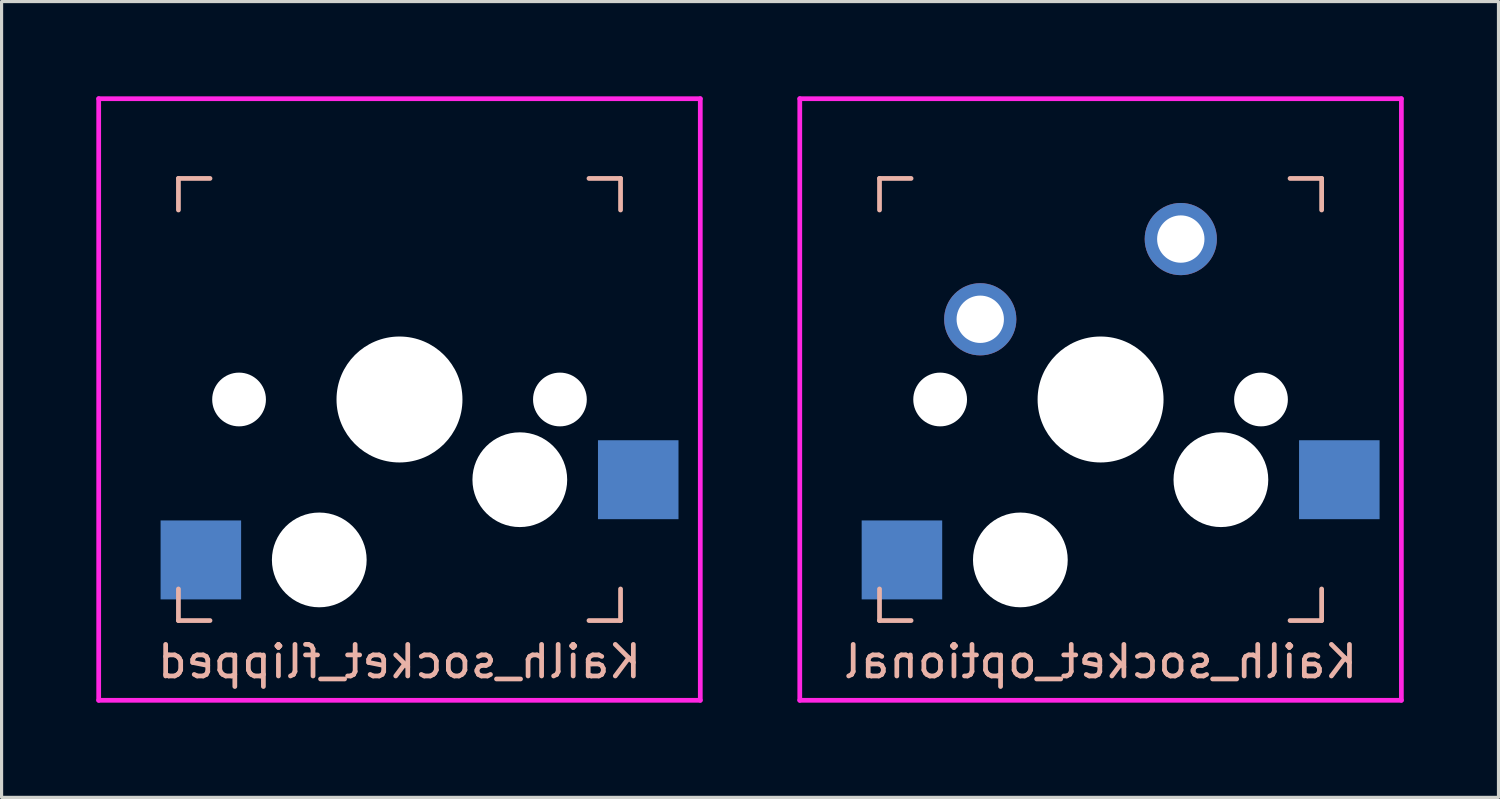
<source format=kicad_pcb>
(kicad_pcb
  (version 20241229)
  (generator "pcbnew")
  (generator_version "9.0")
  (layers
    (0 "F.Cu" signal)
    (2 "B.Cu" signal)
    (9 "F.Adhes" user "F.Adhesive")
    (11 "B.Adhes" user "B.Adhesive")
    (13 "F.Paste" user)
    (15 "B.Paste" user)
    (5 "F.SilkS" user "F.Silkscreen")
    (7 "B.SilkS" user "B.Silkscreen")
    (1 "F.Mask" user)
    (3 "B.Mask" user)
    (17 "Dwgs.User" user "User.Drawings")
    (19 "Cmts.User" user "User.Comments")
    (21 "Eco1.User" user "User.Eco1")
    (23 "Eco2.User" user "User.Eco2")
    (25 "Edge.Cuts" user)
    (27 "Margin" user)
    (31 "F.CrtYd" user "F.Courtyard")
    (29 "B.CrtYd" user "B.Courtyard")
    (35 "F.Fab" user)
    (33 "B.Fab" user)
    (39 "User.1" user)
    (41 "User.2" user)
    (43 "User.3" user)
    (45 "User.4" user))
  (footprint "Kailh_socket_optional"
    (layer "F.Cu")
    (at 31.8 9.6)
    (property "Reference" "Kailh_socket_optional" (at 0 8.3 0) (layer "B.SilkS") (effects (font (size 1 1) (thickness 0.15)) (justify mirror)))
    (attr through_hole)
    (fp_line (start -7 -7) (end -6 -7) (stroke (width 0.15) (type solid)) (layer "B.SilkS"))
    (fp_line (start -7 -6) (end -7 -7) (stroke (width 0.15) (type solid)) (layer "B.SilkS"))
    (fp_line (start -7 7) (end -7 6) (stroke (width 0.15) (type solid)) (layer "B.SilkS"))
    (fp_line (start -6 7) (end -7 7) (stroke (width 0.15) (type solid)) (layer "B.SilkS"))
    (fp_line (start 6 -7) (end 7 -7) (stroke (width 0.15) (type solid)) (layer "B.SilkS"))
    (fp_line (start 7 -7) (end 7 -6) (stroke (width 0.15) (type solid)) (layer "B.SilkS"))
    (fp_line (start 7 6) (end 7 7) (stroke (width 0.15) (type solid)) (layer "B.SilkS"))
    (fp_line (start 7 7) (end 6 7) (stroke (width 0.15) (type solid)) (layer "B.SilkS"))
    (fp_line (start -7.5 -7.5) (end 7.5 -7.5) (stroke (width 0.15) (type solid)) (layer "Eco2.User"))
    (fp_line (start -7.5 7.5) (end -7.5 -7.5) (stroke (width 0.15) (type solid)) (layer "Eco2.User"))
    (fp_line (start -6.9 6.9) (end -6.9 -6.9) (stroke (width 0.15) (type solid)) (layer "Eco2.User"))
    (fp_line (start -6.9 6.9) (end 6.9 6.9) (stroke (width 0.15) (type solid)) (layer "Eco2.User"))
    (fp_line (start 6.9 -6.9) (end -6.9 -6.9) (stroke (width 0.15) (type solid)) (layer "Eco2.User"))
    (fp_line (start 6.9 -6.9) (end 6.9 6.9) (stroke (width 0.15) (type solid)) (layer "Eco2.User"))
    (fp_line (start 7.5 -7.5) (end 7.5 7.5) (stroke (width 0.15) (type solid)) (layer "Eco2.User"))
    (fp_line (start 7.5 7.5) (end -7.5 7.5) (stroke (width 0.15) (type solid)) (layer "Eco2.User"))
    (fp_line (start -9.525 -9.525) (end -9.525 9.525) (stroke (width 0.15) (type solid)) (layer "F.CrtYd"))
    (fp_line (start -9.525 -9.525) (end 9.525 -9.525) (stroke (width 0.15) (type solid)) (layer "F.CrtYd"))
    (fp_line (start -9.525 9.525) (end 9.525 9.525) (stroke (width 0.15) (type solid)) (layer "F.CrtYd"))
    (fp_line (start 9.525 -9.525) (end 9.525 9.525) (stroke (width 0.15) (type solid)) (layer "F.CrtYd"))
    (pad "" np_thru_hole circle (at -5.08 0) (size 1.702 1.702) (drill 1.702) (layers "*.Cu" "*.Mask"))
    (pad "" np_thru_hole circle (at -2.54 5.08) (size 3 3) (drill 3) (layers "*.Cu" "*.Mask"))
    (pad "" np_thru_hole circle (at 0 0) (size 3.988 3.988) (drill 3.988) (layers "*.Cu" "*.Mask"))
    (pad "" np_thru_hole circle (at 3.81 2.54) (size 3 3) (drill 3) (layers "*.Cu" "*.Mask"))
    (pad "" np_thru_hole circle (at 5.08 0) (size 1.702 1.702) (drill 1.702) (layers "*.Cu" "*.Mask"))
    (pad "1" smd rect (at -6.29 5.08) (size 2.55 2.5) (layers "B.Cu" "B.Mask" "B.Paste"))
    (pad "1" thru_hole circle (at 2.54 -5.08) (size 2.286 2.286) (drill 1.499) (layers "*.Cu" "*.Mask"))
    (pad "2" thru_hole circle (at -3.81 -2.54) (size 2.286 2.286) (drill 1.499) (layers "*.Cu" "*.Mask"))
    (pad "2" smd rect (at 7.56 2.54) (size 2.55 2.5) (layers "B.Cu" "B.Mask" "B.Paste")))
  (footprint "Kailh_socket_flipped"
    (layer "F.Cu")
    (at 9.6 9.6)
    (property "Reference" "Kailh_socket_flipped" (at 0 8.3 0) (layer "B.SilkS") (effects (font (size 1 1) (thickness 0.15)) (justify mirror)))
    (attr through_hole)
    (fp_line (start -7 -7) (end -6 -7) (stroke (width 0.15) (type solid)) (layer "B.SilkS"))
    (fp_line (start -7 -6) (end -7 -7) (stroke (width 0.15) (type solid)) (layer "B.SilkS"))
    (fp_line (start -7 7) (end -7 6) (stroke (width 0.15) (type solid)) (layer "B.SilkS"))
    (fp_line (start -6 7) (end -7 7) (stroke (width 0.15) (type solid)) (layer "B.SilkS"))
    (fp_line (start 6 -7) (end 7 -7) (stroke (width 0.15) (type solid)) (layer "B.SilkS"))
    (fp_line (start 7 -7) (end 7 -6) (stroke (width 0.15) (type solid)) (layer "B.SilkS"))
    (fp_line (start 7 6) (end 7 7) (stroke (width 0.15) (type solid)) (layer "B.SilkS"))
    (fp_line (start 7 7) (end 6 7) (stroke (width 0.15) (type solid)) (layer "B.SilkS"))
    (fp_line (start -7.5 -7.5) (end 7.5 -7.5) (stroke (width 0.15) (type solid)) (layer "Eco2.User"))
    (fp_line (start -7.5 7.5) (end -7.5 -7.5) (stroke (width 0.15) (type solid)) (layer "Eco2.User"))
    (fp_line (start -6.9 6.9) (end -6.9 -6.9) (stroke (width 0.15) (type solid)) (layer "Eco2.User"))
    (fp_line (start -6.9 6.9) (end 6.9 6.9) (stroke (width 0.15) (type solid)) (layer "Eco2.User"))
    (fp_line (start 6.9 -6.9) (end -6.9 -6.9) (stroke (width 0.15) (type solid)) (layer "Eco2.User"))
    (fp_line (start 6.9 -6.9) (end 6.9 6.9) (stroke (width 0.15) (type solid)) (layer "Eco2.User"))
    (fp_line (start 7.5 -7.5) (end 7.5 7.5) (stroke (width 0.15) (type solid)) (layer "Eco2.User"))
    (fp_line (start 7.5 7.5) (end -7.5 7.5) (stroke (width 0.15) (type solid)) (layer "Eco2.User"))
    (fp_line (start -9.525 -9.525) (end -9.525 9.525) (stroke (width 0.15) (type solid)) (layer "F.CrtYd"))
    (fp_line (start -9.525 -9.525) (end 9.525 -9.525) (stroke (width 0.15) (type solid)) (layer "F.CrtYd"))
    (fp_line (start -9.525 9.525) (end 9.525 9.525) (stroke (width 0.15) (type solid)) (layer "F.CrtYd"))
    (fp_line (start 9.525 -9.525) (end 9.525 9.525) (stroke (width 0.15) (type solid)) (layer "F.CrtYd"))
    (pad "" np_thru_hole circle (at -5.08 0 180) (size 1.702 1.702) (drill 1.702) (layers "*.Cu" "*.Mask"))
    (pad "" np_thru_hole circle (at -2.54 5.08 180) (size 3 3) (drill 3) (layers "*.Cu" "*.Mask"))
    (pad "" np_thru_hole circle (at 0 0 180) (size 3.988 3.988) (drill 3.988) (layers "*.Cu" "*.Mask"))
    (pad "" np_thru_hole circle (at 3.81 2.54 180) (size 3 3) (drill 3) (layers "*.Cu" "*.Mask"))
    (pad "" np_thru_hole circle (at 5.08 0 180) (size 1.702 1.702) (drill 1.702) (layers "*.Cu" "*.Mask"))
    (pad "1" smd rect (at -6.29 5.08 180) (size 2.55 2.5) (layers "B.Cu" "B.Mask" "B.Paste"))
    (pad "2" smd rect (at 7.56 2.54 180) (size 2.55 2.5) (layers "B.Cu" "B.Mask" "B.Paste")))
  (gr_rect
    (start -3 -3)
    (end 44.4 22.2)
    (stroke (width 0.1) (type default))
    (fill no)
    (layer "Edge.Cuts")))
</source>
